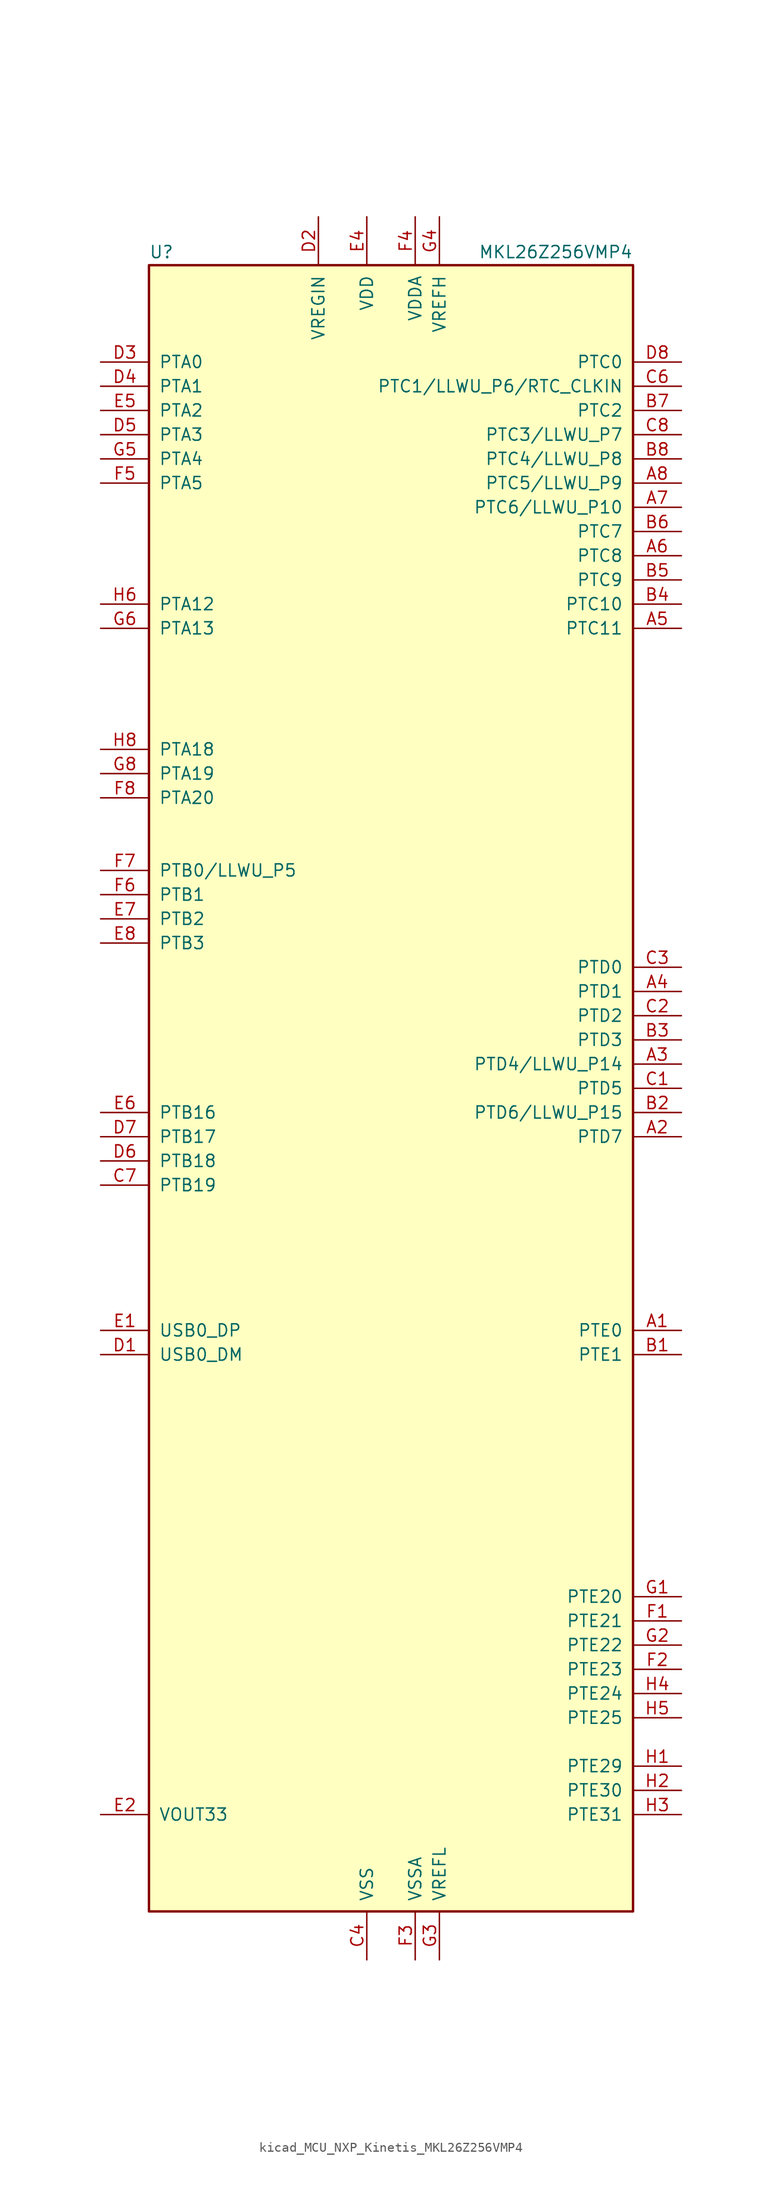
<source format=kicad_sym>
(kicad_symbol_lib
  (version 20220914)
  (generator kicad_symbol_editor)
  (symbol "kicad_MCU_NXP_Kinetis_MKL26Z256VMP4"
    (pin_names
      (offset 1.016))
    (property "Reference" "U"
      (at -25.4 86.995 0)
      (effects (font (size 1.27 1.27)) (justify left bottom)))
    (property "Value" "MKL26Z256VMP4"
      (at 25.4 86.995 0)
      (effects (font (size 1.27 1.27)) (justify right bottom)))
    (symbol "kicad_MCU_NXP_Kinetis_MKL26Z256VMP4_0_1"
      (rectangle (start -25.4 86.36) (end 25.4 -86.36) (stroke (width 0.254) (type default)) (fill (type background))))
    (symbol "kicad_MCU_NXP_Kinetis_MKL26Z256VMP4_1_1"
      (pin bidirectional line (at 30.48 -25.4 180) (length 5.08) (name "PTE0" (effects (font (size 1.27 1.27)))) (number "A1" (effects (font (size 1.27 1.27)))))
      (pin bidirectional line (at 30.48 -5.08 180) (length 5.08) (name "PTD7" (effects (font (size 1.27 1.27)))) (number "A2" (effects (font (size 1.27 1.27)))))
      (pin bidirectional line (at 30.48 2.54 180) (length 5.08) (name "PTD4/LLWU_P14" (effects (font (size 1.27 1.27)))) (number "A3" (effects (font (size 1.27 1.27)))))
      (pin bidirectional line (at 30.48 10.16 180) (length 5.08) (name "PTD1" (effects (font (size 1.27 1.27)))) (number "A4" (effects (font (size 1.27 1.27)))))
      (pin bidirectional line (at 30.48 48.26 180) (length 5.08) (name "PTC11" (effects (font (size 1.27 1.27)))) (number "A5" (effects (font (size 1.27 1.27)))))
      (pin bidirectional line (at 30.48 55.88 180) (length 5.08) (name "PTC8" (effects (font (size 1.27 1.27)))) (number "A6" (effects (font (size 1.27 1.27)))))
      (pin bidirectional line (at 30.48 60.96 180) (length 5.08) (name "PTC6/LLWU_P10" (effects (font (size 1.27 1.27)))) (number "A7" (effects (font (size 1.27 1.27)))))
      (pin bidirectional line (at 30.48 63.5 180) (length 5.08) (name "PTC5/LLWU_P9" (effects (font (size 1.27 1.27)))) (number "A8" (effects (font (size 1.27 1.27)))))
      (pin bidirectional line (at 30.48 -27.94 180) (length 5.08) (name "PTE1" (effects (font (size 1.27 1.27)))) (number "B1" (effects (font (size 1.27 1.27)))))
      (pin bidirectional line (at 30.48 -2.54 180) (length 5.08) (name "PTD6/LLWU_P15" (effects (font (size 1.27 1.27)))) (number "B2" (effects (font (size 1.27 1.27)))))
      (pin bidirectional line (at 30.48 5.08 180) (length 5.08) (name "PTD3" (effects (font (size 1.27 1.27)))) (number "B3" (effects (font (size 1.27 1.27)))))
      (pin bidirectional line (at 30.48 50.8 180) (length 5.08) (name "PTC10" (effects (font (size 1.27 1.27)))) (number "B4" (effects (font (size 1.27 1.27)))))
      (pin bidirectional line (at 30.48 53.34 180) (length 5.08) (name "PTC9" (effects (font (size 1.27 1.27)))) (number "B5" (effects (font (size 1.27 1.27)))))
      (pin bidirectional line (at 30.48 58.42 180) (length 5.08) (name "PTC7" (effects (font (size 1.27 1.27)))) (number "B6" (effects (font (size 1.27 1.27)))))
      (pin bidirectional line (at 30.48 71.12 180) (length 5.08) (name "PTC2" (effects (font (size 1.27 1.27)))) (number "B7" (effects (font (size 1.27 1.27)))))
      (pin bidirectional line (at 30.48 66.04 180) (length 5.08) (name "PTC4/LLWU_P8" (effects (font (size 1.27 1.27)))) (number "B8" (effects (font (size 1.27 1.27)))))
      (pin bidirectional line (at 30.48 0 180) (length 5.08) (name "PTD5" (effects (font (size 1.27 1.27)))) (number "C1" (effects (font (size 1.27 1.27)))))
      (pin bidirectional line (at 30.48 7.62 180) (length 5.08) (name "PTD2" (effects (font (size 1.27 1.27)))) (number "C2" (effects (font (size 1.27 1.27)))))
      (pin bidirectional line (at 30.48 12.7 180) (length 5.08) (name "PTD0" (effects (font (size 1.27 1.27)))) (number "C3" (effects (font (size 1.27 1.27)))))
      (pin power_in line (at -2.54 -91.44 90) (length 5.08) (name "VSS" (effects (font (size 1.27 1.27)))) (number "C4" (effects (font (size 1.27 1.27)))))
      (pin no_connect line (at -15.24 -86.36 90) (length 5.08) hide (name "NC" (effects (font (size 1.27 1.27)))) (number "C5" (effects (font (size 1.27 1.27)))))
      (pin bidirectional line (at 30.48 73.66 180) (length 5.08) (name "PTC1/LLWU_P6/RTC_CLKIN" (effects (font (size 1.27 1.27)))) (number "C6" (effects (font (size 1.27 1.27)))))
      (pin bidirectional line (at -30.48 -10.16 0) (length 5.08) (name "PTB19" (effects (font (size 1.27 1.27)))) (number "C7" (effects (font (size 1.27 1.27)))))
      (pin bidirectional line (at 30.48 68.58 180) (length 5.08) (name "PTC3/LLWU_P7" (effects (font (size 1.27 1.27)))) (number "C8" (effects (font (size 1.27 1.27)))))
      (pin bidirectional line (at -30.48 -27.94 0) (length 5.08) (name "USB0_DM" (effects (font (size 1.27 1.27)))) (number "D1" (effects (font (size 1.27 1.27)))))
      (pin power_in line (at -7.62 91.44 270) (length 5.08) (name "VREGIN" (effects (font (size 1.27 1.27)))) (number "D2" (effects (font (size 1.27 1.27)))))
      (pin bidirectional line (at -30.48 76.2 0) (length 5.08) (name "PTA0" (effects (font (size 1.27 1.27)))) (number "D3" (effects (font (size 1.27 1.27)))))
      (pin bidirectional line (at -30.48 73.66 0) (length 5.08) (name "PTA1" (effects (font (size 1.27 1.27)))) (number "D4" (effects (font (size 1.27 1.27)))))
      (pin bidirectional line (at -30.48 68.58 0) (length 5.08) (name "PTA3" (effects (font (size 1.27 1.27)))) (number "D5" (effects (font (size 1.27 1.27)))))
      (pin bidirectional line (at -30.48 -7.62 0) (length 5.08) (name "PTB18" (effects (font (size 1.27 1.27)))) (number "D6" (effects (font (size 1.27 1.27)))))
      (pin bidirectional line (at -30.48 -5.08 0) (length 5.08) (name "PTB17" (effects (font (size 1.27 1.27)))) (number "D7" (effects (font (size 1.27 1.27)))))
      (pin bidirectional line (at 30.48 76.2 180) (length 5.08) (name "PTC0" (effects (font (size 1.27 1.27)))) (number "D8" (effects (font (size 1.27 1.27)))))
      (pin bidirectional line (at -30.48 -25.4 0) (length 5.08) (name "USB0_DP" (effects (font (size 1.27 1.27)))) (number "E1" (effects (font (size 1.27 1.27)))))
      (pin power_out line (at -30.48 -76.2 0) (length 5.08) (name "VOUT33" (effects (font (size 1.27 1.27)))) (number "E2" (effects (font (size 1.27 1.27)))))
      (pin passive line (at -2.54 -91.44 90) (length 5.08) hide (name "VSS" (effects (font (size 1.27 1.27)))) (number "E3" (effects (font (size 1.27 1.27)))))
      (pin power_in line (at -2.54 91.44 270) (length 5.08) (name "VDD" (effects (font (size 1.27 1.27)))) (number "E4" (effects (font (size 1.27 1.27)))))
      (pin bidirectional line (at -30.48 71.12 0) (length 5.08) (name "PTA2" (effects (font (size 1.27 1.27)))) (number "E5" (effects (font (size 1.27 1.27)))))
      (pin bidirectional line (at -30.48 -2.54 0) (length 5.08) (name "PTB16" (effects (font (size 1.27 1.27)))) (number "E6" (effects (font (size 1.27 1.27)))))
      (pin bidirectional line (at -30.48 17.78 0) (length 5.08) (name "PTB2" (effects (font (size 1.27 1.27)))) (number "E7" (effects (font (size 1.27 1.27)))))
      (pin bidirectional line (at -30.48 15.24 0) (length 5.08) (name "PTB3" (effects (font (size 1.27 1.27)))) (number "E8" (effects (font (size 1.27 1.27)))))
      (pin bidirectional line (at 30.48 -55.88 180) (length 5.08) (name "PTE21" (effects (font (size 1.27 1.27)))) (number "F1" (effects (font (size 1.27 1.27)))))
      (pin bidirectional line (at 30.48 -60.96 180) (length 5.08) (name "PTE23" (effects (font (size 1.27 1.27)))) (number "F2" (effects (font (size 1.27 1.27)))))
      (pin power_in line (at 2.54 -91.44 90) (length 5.08) (name "VSSA" (effects (font (size 1.27 1.27)))) (number "F3" (effects (font (size 1.27 1.27)))))
      (pin power_in line (at 2.54 91.44 270) (length 5.08) (name "VDDA" (effects (font (size 1.27 1.27)))) (number "F4" (effects (font (size 1.27 1.27)))))
      (pin bidirectional line (at -30.48 63.5 0) (length 5.08) (name "PTA5" (effects (font (size 1.27 1.27)))) (number "F5" (effects (font (size 1.27 1.27)))))
      (pin bidirectional line (at -30.48 20.32 0) (length 5.08) (name "PTB1" (effects (font (size 1.27 1.27)))) (number "F6" (effects (font (size 1.27 1.27)))))
      (pin bidirectional line (at -30.48 22.86 0) (length 5.08) (name "PTB0/LLWU_P5" (effects (font (size 1.27 1.27)))) (number "F7" (effects (font (size 1.27 1.27)))))
      (pin bidirectional line (at -30.48 30.48 0) (length 5.08) (name "PTA20" (effects (font (size 1.27 1.27)))) (number "F8" (effects (font (size 1.27 1.27)))))
      (pin bidirectional line (at 30.48 -53.34 180) (length 5.08) (name "PTE20" (effects (font (size 1.27 1.27)))) (number "G1" (effects (font (size 1.27 1.27)))))
      (pin bidirectional line (at 30.48 -58.42 180) (length 5.08) (name "PTE22" (effects (font (size 1.27 1.27)))) (number "G2" (effects (font (size 1.27 1.27)))))
      (pin power_in line (at 5.08 -91.44 90) (length 5.08) (name "VREFL" (effects (font (size 1.27 1.27)))) (number "G3" (effects (font (size 1.27 1.27)))))
      (pin power_in line (at 5.08 91.44 270) (length 5.08) (name "VREFH" (effects (font (size 1.27 1.27)))) (number "G4" (effects (font (size 1.27 1.27)))))
      (pin bidirectional line (at -30.48 66.04 0) (length 5.08) (name "PTA4" (effects (font (size 1.27 1.27)))) (number "G5" (effects (font (size 1.27 1.27)))))
      (pin bidirectional line (at -30.48 48.26 0) (length 5.08) (name "PTA13" (effects (font (size 1.27 1.27)))) (number "G6" (effects (font (size 1.27 1.27)))))
      (pin passive line (at -2.54 91.44 270) (length 5.08) hide (name "VDD" (effects (font (size 1.27 1.27)))) (number "G7" (effects (font (size 1.27 1.27)))))
      (pin bidirectional line (at -30.48 33.02 0) (length 5.08) (name "PTA19" (effects (font (size 1.27 1.27)))) (number "G8" (effects (font (size 1.27 1.27)))))
      (pin bidirectional line (at 30.48 -71.12 180) (length 5.08) (name "PTE29" (effects (font (size 1.27 1.27)))) (number "H1" (effects (font (size 1.27 1.27)))))
      (pin bidirectional line (at 30.48 -73.66 180) (length 5.08) (name "PTE30" (effects (font (size 1.27 1.27)))) (number "H2" (effects (font (size 1.27 1.27)))))
      (pin bidirectional line (at 30.48 -76.2 180) (length 5.08) (name "PTE31" (effects (font (size 1.27 1.27)))) (number "H3" (effects (font (size 1.27 1.27)))))
      (pin bidirectional line (at 30.48 -63.5 180) (length 5.08) (name "PTE24" (effects (font (size 1.27 1.27)))) (number "H4" (effects (font (size 1.27 1.27)))))
      (pin bidirectional line (at 30.48 -66.04 180) (length 5.08) (name "PTE25" (effects (font (size 1.27 1.27)))) (number "H5" (effects (font (size 1.27 1.27)))))
      (pin bidirectional line (at -30.48 50.8 0) (length 5.08) (name "PTA12" (effects (font (size 1.27 1.27)))) (number "H6" (effects (font (size 1.27 1.27)))))
      (pin passive line (at -2.54 -91.44 90) (length 5.08) hide (name "VSS" (effects (font (size 1.27 1.27)))) (number "H7" (effects (font (size 1.27 1.27)))))
      (pin bidirectional line (at -30.48 35.56 0) (length 5.08) (name "PTA18" (effects (font (size 1.27 1.27)))) (number "H8" (effects (font (size 1.27 1.27))))))))
</source>
